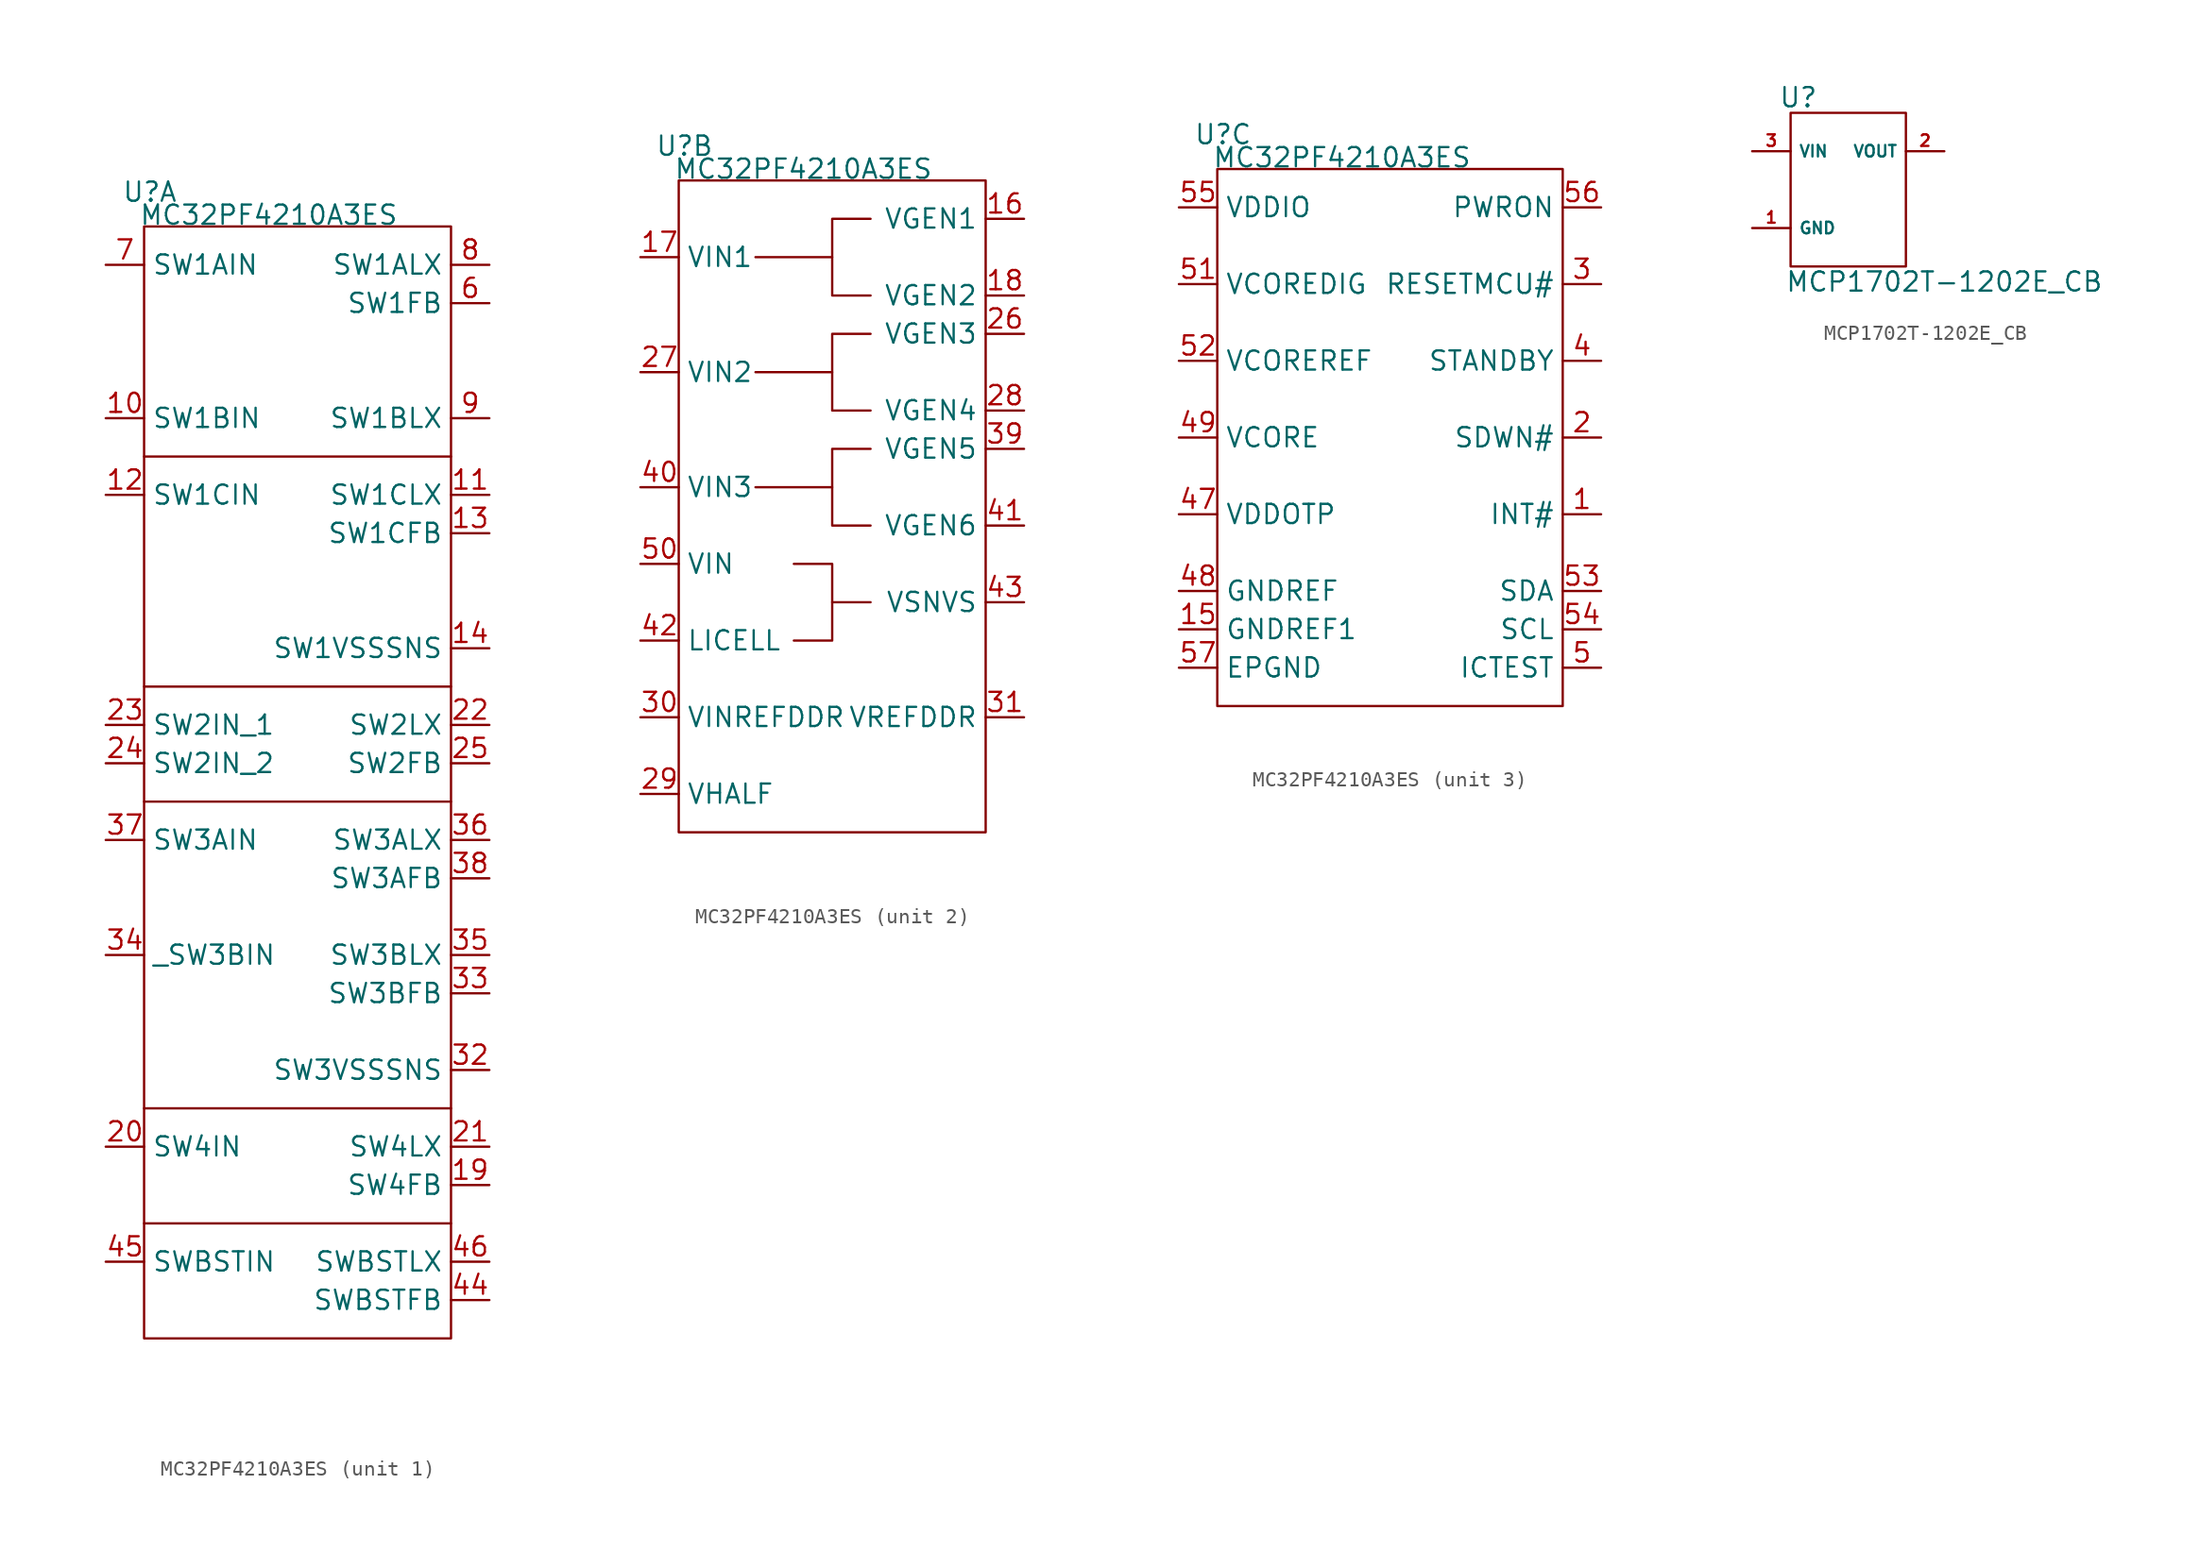
<source format=kicad_sym>
(kicad_symbol_lib
  (version 20231120)
  (generator "kicad_symbol_editor")
  (generator_version "7.99")
  (symbol "MC32PF4210A3ES"
    (property "Reference" "U"
      (at 0.381 2.286 0)
      (effects (font (size 1.27 1.27))))
    (property "Value" "MC32PF4210A3ES"
      (at 8.255 0.762 0)
      (effects (font (size 1.27 1.27))))
    (property "ki_locked" ""
      (at 0 0 0)
      (effects (font (size 1.27 1.27))))
    (symbol "MC32PF4210A3ES_1_1"
      (polyline (pts (xy 0 -66.04) (xy 20.32 -66.04)) (stroke (width 0) (type default)) (fill (type none)))
      (polyline (pts (xy 0 -58.42) (xy 20.32 -58.42)) (stroke (width 0) (type default)) (fill (type none)))
      (polyline (pts (xy 0 -38.1) (xy 20.32 -38.1)) (stroke (width 0) (type default)) (fill (type none)))
      (polyline (pts (xy 0 -30.48) (xy 20.32 -30.48)) (stroke (width 0) (type default)) (fill (type none)))
      (polyline (pts (xy 0 -15.24) (xy 20.32 -15.24)) (stroke (width 0) (type default)) (fill (type none)))
      (rectangle (start 0 0) (end 20.32 -73.66) (stroke (width 0) (type default)) (fill (type none)))
      (pin input line (at -2.54 -12.7 0) (length 2.54) (name "SW1BIN" (effects (font (size 1.27 1.27)))) (number "10" (effects (font (size 1.27 1.27)))))
      (pin passive line (at 22.86 -17.78 180) (length 2.54) (name "SW1CLX" (effects (font (size 1.27 1.27)))) (number "11" (effects (font (size 1.27 1.27)))))
      (pin input line (at -2.54 -17.78 0) (length 2.54) (name "SW1CIN" (effects (font (size 1.27 1.27)))) (number "12" (effects (font (size 1.27 1.27)))))
      (pin input line (at 22.86 -20.32 180) (length 2.54) (name "SW1CFB" (effects (font (size 1.27 1.27)))) (number "13" (effects (font (size 1.27 1.27)))))
      (pin input line (at 22.86 -27.94 180) (length 2.54) (name "SW1VSSSNS" (effects (font (size 1.27 1.27)))) (number "14" (effects (font (size 1.27 1.27)))))
      (pin passive line (at 22.86 -63.5 180) (length 2.54) (name "SW4FB" (effects (font (size 1.27 1.27)))) (number "19" (effects (font (size 1.27 1.27)))))
      (pin passive line (at -2.54 -60.96 0) (length 2.54) (name "SW4IN" (effects (font (size 1.27 1.27)))) (number "20" (effects (font (size 1.27 1.27)))))
      (pin passive line (at 22.86 -60.96 180) (length 2.54) (name "SW4LX" (effects (font (size 1.27 1.27)))) (number "21" (effects (font (size 1.27 1.27)))))
      (pin input line (at 22.86 -33.02 180) (length 2.54) (name "SW2LX" (effects (font (size 1.27 1.27)))) (number "22" (effects (font (size 1.27 1.27)))))
      (pin input line (at -2.54 -33.02 0) (length 2.54) (name "SW2IN_1" (effects (font (size 1.27 1.27)))) (number "23" (effects (font (size 1.27 1.27)))))
      (pin input line (at -2.54 -35.56 0) (length 2.54) (name "SW2IN_2" (effects (font (size 1.27 1.27)))) (number "24" (effects (font (size 1.27 1.27)))))
      (pin input line (at 22.86 -35.56 180) (length 2.54) (name "SW2FB" (effects (font (size 1.27 1.27)))) (number "25" (effects (font (size 1.27 1.27)))))
      (pin passive line (at 22.86 -55.88 180) (length 2.54) (name "SW3VSSSNS" (effects (font (size 1.27 1.27)))) (number "32" (effects (font (size 1.27 1.27)))))
      (pin passive line (at 22.86 -50.8 180) (length 2.54) (name "SW3BFB" (effects (font (size 1.27 1.27)))) (number "33" (effects (font (size 1.27 1.27)))))
      (pin passive line (at -2.54 -48.26 0) (length 2.54) (name "_SW3BIN" (effects (font (size 1.27 1.27)))) (number "34" (effects (font (size 1.27 1.27)))))
      (pin passive line (at 22.86 -48.26 180) (length 2.54) (name "SW3BLX" (effects (font (size 1.27 1.27)))) (number "35" (effects (font (size 1.27 1.27)))))
      (pin passive line (at 22.86 -40.64 180) (length 2.54) (name "SW3ALX" (effects (font (size 1.27 1.27)))) (number "36" (effects (font (size 1.27 1.27)))))
      (pin input line (at -2.54 -40.64 0) (length 2.54) (name "SW3AIN" (effects (font (size 1.27 1.27)))) (number "37" (effects (font (size 1.27 1.27)))))
      (pin passive line (at 22.86 -43.18 180) (length 2.54) (name "SW3AFB" (effects (font (size 1.27 1.27)))) (number "38" (effects (font (size 1.27 1.27)))))
      (pin passive line (at 22.86 -71.12 180) (length 2.54) (name "SWBSTFB" (effects (font (size 1.27 1.27)))) (number "44" (effects (font (size 1.27 1.27)))))
      (pin passive line (at -2.54 -68.58 0) (length 2.54) (name "SWBSTIN" (effects (font (size 1.27 1.27)))) (number "45" (effects (font (size 1.27 1.27)))))
      (pin passive line (at 22.86 -68.58 180) (length 2.54) (name "SWBSTLX" (effects (font (size 1.27 1.27)))) (number "46" (effects (font (size 1.27 1.27)))))
      (pin input line (at 22.86 -5.08 180) (length 2.54) (name "SW1FB" (effects (font (size 1.27 1.27)))) (number "6" (effects (font (size 1.27 1.27)))))
      (pin input line (at -2.54 -2.54 0) (length 2.54) (name "SW1AIN" (effects (font (size 1.27 1.27)))) (number "7" (effects (font (size 1.27 1.27)))))
      (pin input line (at 22.86 -2.54 180) (length 2.54) (name "SW1ALX" (effects (font (size 1.27 1.27)))) (number "8" (effects (font (size 1.27 1.27)))))
      (pin input line (at 22.86 -12.7 180) (length 2.54) (name "SW1BLX" (effects (font (size 1.27 1.27)))) (number "9" (effects (font (size 1.27 1.27))))))
    (symbol "MC32PF4210A3ES_2_0"
      (polyline (pts (xy 10.16 -20.32) (xy 5.08 -20.32)) (stroke (width 0) (type default)) (fill (type none)))
      (polyline (pts (xy 10.16 -12.7) (xy 5.08 -12.7)) (stroke (width 0) (type default)) (fill (type none)))
      (polyline (pts (xy 10.16 -5.08) (xy 5.08 -5.08)) (stroke (width 0) (type default)) (fill (type none)))
      (polyline (pts (xy 12.7 -27.94) (xy 10.16 -27.94)) (stroke (width 0) (type default)) (fill (type none)))
      (polyline (pts (xy 7.62 -25.4) (xy 10.16 -25.4) (xy 10.16 -30.48) (xy 7.62 -30.48)) (stroke (width 0) (type default)) (fill (type none)))
      (polyline (pts (xy 12.7 -17.78) (xy 10.16 -17.78) (xy 10.16 -22.86) (xy 12.7 -22.86)) (stroke (width 0) (type default)) (fill (type none)))
      (polyline (pts (xy 12.7 -10.16) (xy 10.16 -10.16) (xy 10.16 -15.24) (xy 12.7 -15.24)) (stroke (width 0) (type default)) (fill (type none)))
      (polyline (pts (xy 12.7 -2.54) (xy 10.16 -2.54) (xy 10.16 -7.62) (xy 12.7 -7.62)) (stroke (width 0) (type default)) (fill (type none)))
      (rectangle (start 0 0) (end 20.32 -43.18) (stroke (width 0) (type default)) (fill (type none))))
    (symbol "MC32PF4210A3ES_2_1"
      (pin passive line (at 22.86 -2.54 180) (length 2.54) (name "VGEN1" (effects (font (size 1.27 1.27)))) (number "16" (effects (font (size 1.27 1.27)))))
      (pin passive line (at -2.54 -5.08 0) (length 2.54) (name "VIN1" (effects (font (size 1.27 1.27)))) (number "17" (effects (font (size 1.27 1.27)))))
      (pin passive line (at 22.86 -7.62 180) (length 2.54) (name "VGEN2" (effects (font (size 1.27 1.27)))) (number "18" (effects (font (size 1.27 1.27)))))
      (pin passive line (at 22.86 -10.16 180) (length 2.54) (name "VGEN3" (effects (font (size 1.27 1.27)))) (number "26" (effects (font (size 1.27 1.27)))))
      (pin passive line (at -2.54 -12.7 0) (length 2.54) (name "VIN2" (effects (font (size 1.27 1.27)))) (number "27" (effects (font (size 1.27 1.27)))))
      (pin passive line (at 22.86 -15.24 180) (length 2.54) (name "VGEN4" (effects (font (size 1.27 1.27)))) (number "28" (effects (font (size 1.27 1.27)))))
      (pin passive line (at -2.54 -40.64 0) (length 2.54) (name "VHALF" (effects (font (size 1.27 1.27)))) (number "29" (effects (font (size 1.27 1.27)))))
      (pin passive line (at -2.54 -35.56 0) (length 2.54) (name "VINREFDDR" (effects (font (size 1.27 1.27)))) (number "30" (effects (font (size 1.27 1.27)))))
      (pin passive line (at 22.86 -35.56 180) (length 2.54) (name "VREFDDR" (effects (font (size 1.27 1.27)))) (number "31" (effects (font (size 1.27 1.27)))))
      (pin passive line (at 22.86 -17.78 180) (length 2.54) (name "VGEN5" (effects (font (size 1.27 1.27)))) (number "39" (effects (font (size 1.27 1.27)))))
      (pin passive line (at -2.54 -20.32 0) (length 2.54) (name "VIN3" (effects (font (size 1.27 1.27)))) (number "40" (effects (font (size 1.27 1.27)))))
      (pin passive line (at 22.86 -22.86 180) (length 2.54) (name "VGEN6" (effects (font (size 1.27 1.27)))) (number "41" (effects (font (size 1.27 1.27)))))
      (pin passive line (at -2.54 -30.48 0) (length 2.54) (name "LICELL" (effects (font (size 1.27 1.27)))) (number "42" (effects (font (size 1.27 1.27)))))
      (pin passive line (at 22.86 -27.94 180) (length 2.54) (name "VSNVS" (effects (font (size 1.27 1.27)))) (number "43" (effects (font (size 1.27 1.27)))))
      (pin passive line (at -2.54 -25.4 0) (length 2.54) (name "VIN" (effects (font (size 1.27 1.27)))) (number "50" (effects (font (size 1.27 1.27))))))
    (symbol "MC32PF4210A3ES_3_0"
      (rectangle (start 0 0) (end 22.86 -35.56) (stroke (width 0) (type default)) (fill (type none))))
    (symbol "MC32PF4210A3ES_3_1"
      (pin passive line (at 25.4 -22.86 180) (length 2.54) (name "INT#" (effects (font (size 1.27 1.27)))) (number "1" (effects (font (size 1.27 1.27)))))
      (pin passive line (at -2.54 -30.48 0) (length 2.54) (name "GNDREF1" (effects (font (size 1.27 1.27)))) (number "15" (effects (font (size 1.27 1.27)))))
      (pin passive line (at 25.4 -17.78 180) (length 2.54) (name "SDWN#" (effects (font (size 1.27 1.27)))) (number "2" (effects (font (size 1.27 1.27)))))
      (pin passive line (at 25.4 -7.62 180) (length 2.54) (name "RESETMCU#" (effects (font (size 1.27 1.27)))) (number "3" (effects (font (size 1.27 1.27)))))
      (pin passive line (at 25.4 -12.7 180) (length 2.54) (name "STANDBY" (effects (font (size 1.27 1.27)))) (number "4" (effects (font (size 1.27 1.27)))))
      (pin passive line (at -2.54 -22.86 0) (length 2.54) (name "VDDOTP" (effects (font (size 1.27 1.27)))) (number "47" (effects (font (size 1.27 1.27)))))
      (pin passive line (at -2.54 -27.94 0) (length 2.54) (name "GNDREF" (effects (font (size 1.27 1.27)))) (number "48" (effects (font (size 1.27 1.27)))))
      (pin passive line (at -2.54 -17.78 0) (length 2.54) (name "VCORE" (effects (font (size 1.27 1.27)))) (number "49" (effects (font (size 1.27 1.27)))))
      (pin passive line (at 25.4 -33.02 180) (length 2.54) (name "ICTEST" (effects (font (size 1.27 1.27)))) (number "5" (effects (font (size 1.27 1.27)))))
      (pin passive line (at -2.54 -7.62 0) (length 2.54) (name "VCOREDIG" (effects (font (size 1.27 1.27)))) (number "51" (effects (font (size 1.27 1.27)))))
      (pin passive line (at -2.54 -12.7 0) (length 2.54) (name "VCOREREF" (effects (font (size 1.27 1.27)))) (number "52" (effects (font (size 1.27 1.27)))))
      (pin passive line (at 25.4 -27.94 180) (length 2.54) (name "SDA" (effects (font (size 1.27 1.27)))) (number "53" (effects (font (size 1.27 1.27)))))
      (pin passive line (at 25.4 -30.48 180) (length 2.54) (name "SCL" (effects (font (size 1.27 1.27)))) (number "54" (effects (font (size 1.27 1.27)))))
      (pin passive line (at -2.54 -2.54 0) (length 2.54) (name "VDDIO" (effects (font (size 1.27 1.27)))) (number "55" (effects (font (size 1.27 1.27)))))
      (pin passive line (at 25.4 -2.54 180) (length 2.54) (name "PWRON" (effects (font (size 1.27 1.27)))) (number "56" (effects (font (size 1.27 1.27)))))
      (pin passive line (at -2.54 -33.02 0) (length 2.54) (name "EPGND" (effects (font (size 1.27 1.27)))) (number "57" (effects (font (size 1.27 1.27)))))))
  (symbol "MCP1702T-1202E_CB"
    (property "Reference" "U"
      (at 3.048 3.556 0)
      (effects (font (size 1.27 1.27))))
    (property "Value" "MCP1702T-1202E_CB"
      (at 12.7 -8.636 0)
      (effects (font (size 1.27 1.27))))
    (symbol "MCP1702T-1202E_CB_0_0"
      (pin unspecified line (at 0 -5.08 0) (length 2.54) (name "GND" (effects (font (size 0.762 0.762)))) (number "1" (effects (font (size 0.762 0.762)))))
      (pin unspecified line (at 12.7 0 180) (length 2.54) (name "VOUT" (effects (font (size 0.762 0.762)))) (number "2" (effects (font (size 0.762 0.762)))))
      (pin unspecified line (at 0 0 0) (length 2.54) (name "VIN" (effects (font (size 0.762 0.762)))) (number "3" (effects (font (size 0.762 0.762))))))
    (symbol "MCP1702T-1202E_CB_0_1"
      (rectangle (start 2.54 2.54) (end 10.16 -7.62) (stroke (width 0.152) (type default)) (fill (type none))))))
</source>
